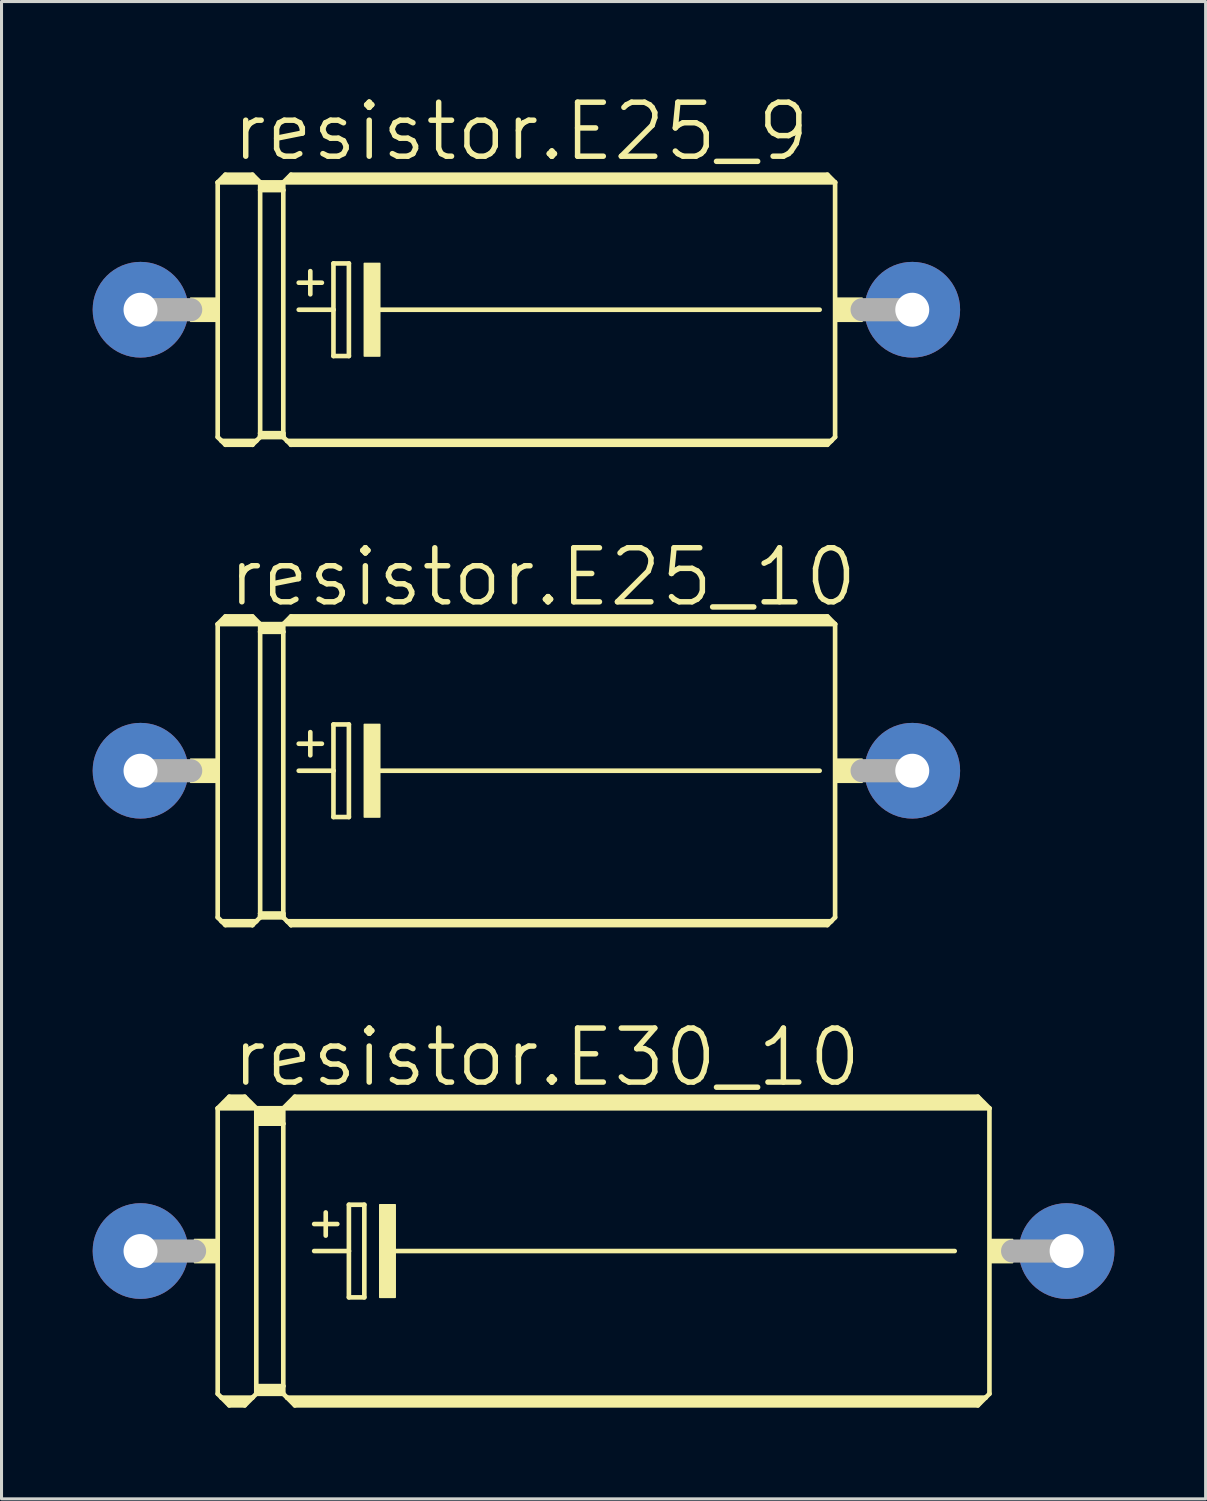
<source format=kicad_pcb>
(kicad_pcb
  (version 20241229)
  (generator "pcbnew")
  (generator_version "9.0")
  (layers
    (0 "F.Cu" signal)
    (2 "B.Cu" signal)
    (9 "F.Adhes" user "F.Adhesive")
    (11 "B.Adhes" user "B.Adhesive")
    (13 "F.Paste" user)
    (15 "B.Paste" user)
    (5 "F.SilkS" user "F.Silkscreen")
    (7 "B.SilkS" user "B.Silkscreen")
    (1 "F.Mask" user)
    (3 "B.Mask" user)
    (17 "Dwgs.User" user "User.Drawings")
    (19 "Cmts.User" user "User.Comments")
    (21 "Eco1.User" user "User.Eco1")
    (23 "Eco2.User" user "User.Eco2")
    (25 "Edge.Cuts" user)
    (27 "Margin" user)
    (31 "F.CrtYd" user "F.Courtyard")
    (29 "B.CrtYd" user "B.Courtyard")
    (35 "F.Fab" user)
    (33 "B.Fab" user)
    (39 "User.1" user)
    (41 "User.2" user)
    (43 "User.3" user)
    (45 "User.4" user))
  (footprint "resistor.E25_9"
    (layer "F.Cu")
    (at 14.275 7.144)
    (property "Reference" "resistor.E25_9" (at -9.779 -4.826 0) (layer "F.SilkS") (effects (font (size 1.778 1.778) (thickness 0.18)) (justify left bottom)))
    (attr through_hole)
    (fp_line (start -10.16 -4.191) (end -10.16 4.191) (stroke (width 0.152) (type default)) (layer "F.SilkS"))
    (fp_line (start -10.16 -4.191) (end -9.906 -4.445) (stroke (width 0.152) (type default)) (layer "F.SilkS"))
    (fp_line (start -10.16 -4.191) (end -8.763 -4.191) (stroke (width 0.152) (type default)) (layer "F.SilkS"))
    (fp_line (start -10.16 4.191) (end -10.033 4.318) (stroke (width 0.152) (type default)) (layer "F.SilkS"))
    (fp_line (start -10.033 4.318) (end -9.906 4.445) (stroke (width 0.152) (type default)) (layer "F.SilkS"))
    (fp_line (start -10.033 4.318) (end -8.89 4.318) (stroke (width 0.152) (type default)) (layer "F.SilkS"))
    (fp_line (start -9.906 -4.445) (end -9.017 -4.445) (stroke (width 0.152) (type default)) (layer "F.SilkS"))
    (fp_line (start -9.906 -4.318) (end -9.017 -4.318) (stroke (width 0.305) (type default)) (layer "F.SilkS"))
    (fp_line (start -9.906 4.394) (end -9.017 4.394) (stroke (width 0.152) (type default)) (layer "F.SilkS"))
    (fp_line (start -9.906 4.445) (end -9.017 4.445) (stroke (width 0.152) (type default)) (layer "F.SilkS"))
    (fp_line (start -9.017 -4.445) (end -8.763 -4.191) (stroke (width 0.152) (type default)) (layer "F.SilkS"))
    (fp_line (start -9.017 4.394) (end -9.017 4.445) (stroke (width 0.152) (type default)) (layer "F.SilkS"))
    (fp_line (start -9.017 4.445) (end -8.89 4.318) (stroke (width 0.152) (type default)) (layer "F.SilkS"))
    (fp_line (start -8.89 4.318) (end -8.763 4.191) (stroke (width 0.152) (type default)) (layer "F.SilkS"))
    (fp_line (start -8.763 -4.191) (end -8.763 -3.937) (stroke (width 0.152) (type default)) (layer "F.SilkS"))
    (fp_line (start -8.763 -3.937) (end -8.001 -3.937) (stroke (width 0.152) (type default)) (layer "F.SilkS"))
    (fp_line (start -8.763 4.064) (end -8.763 -3.937) (stroke (width 0.152) (type default)) (layer "F.SilkS"))
    (fp_line (start -8.763 4.064) (end -8.001 4.064) (stroke (width 0.152) (type default)) (layer "F.SilkS"))
    (fp_line (start -8.763 4.14) (end -8.763 4.064) (stroke (width 0.152) (type default)) (layer "F.SilkS"))
    (fp_line (start -8.763 4.14) (end -8.001 4.14) (stroke (width 0.152) (type default)) (layer "F.SilkS"))
    (fp_line (start -8.763 4.191) (end -8.763 4.14) (stroke (width 0.152) (type default)) (layer "F.SilkS"))
    (fp_line (start -8.636 -4.064) (end -8.128 -4.064) (stroke (width 0.305) (type default)) (layer "F.SilkS"))
    (fp_line (start -8.001 -4.191) (end -8.763 -4.191) (stroke (width 0.152) (type default)) (layer "F.SilkS"))
    (fp_line (start -8.001 -4.191) (end -8.001 -3.937) (stroke (width 0.152) (type default)) (layer "F.SilkS"))
    (fp_line (start -8.001 -4.191) (end 10.16 -4.191) (stroke (width 0.152) (type default)) (layer "F.SilkS"))
    (fp_line (start -8.001 4.064) (end -8.001 -3.937) (stroke (width 0.152) (type default)) (layer "F.SilkS"))
    (fp_line (start -8.001 4.14) (end -8.001 4.064) (stroke (width 0.152) (type default)) (layer "F.SilkS"))
    (fp_line (start -8.001 4.191) (end -8.763 4.191) (stroke (width 0.152) (type default)) (layer "F.SilkS"))
    (fp_line (start -8.001 4.191) (end -8.001 4.14) (stroke (width 0.152) (type default)) (layer "F.SilkS"))
    (fp_line (start -7.874 4.318) (end -8.001 4.191) (stroke (width 0.152) (type default)) (layer "F.SilkS"))
    (fp_line (start -7.874 4.318) (end 10.033 4.318) (stroke (width 0.152) (type default)) (layer "F.SilkS"))
    (fp_line (start -7.747 -4.445) (end -8.001 -4.191) (stroke (width 0.152) (type default)) (layer "F.SilkS"))
    (fp_line (start -7.747 -4.445) (end 9.906 -4.445) (stroke (width 0.152) (type default)) (layer "F.SilkS"))
    (fp_line (start -7.747 -4.318) (end 9.906 -4.318) (stroke (width 0.305) (type default)) (layer "F.SilkS"))
    (fp_line (start -7.747 4.394) (end 9.906 4.394) (stroke (width 0.152) (type default)) (layer "F.SilkS"))
    (fp_line (start -7.747 4.445) (end -7.874 4.318) (stroke (width 0.152) (type default)) (layer "F.SilkS"))
    (fp_line (start -7.747 4.445) (end -7.747 4.394) (stroke (width 0.152) (type default)) (layer "F.SilkS"))
    (fp_line (start -7.747 4.445) (end 9.906 4.445) (stroke (width 0.152) (type default)) (layer "F.SilkS"))
    (fp_line (start -7.493 -0.889) (end -6.731 -0.889) (stroke (width 0.152) (type default)) (layer "F.SilkS"))
    (fp_line (start -7.493 0) (end -6.35 0) (stroke (width 0.152) (type default)) (layer "F.SilkS"))
    (fp_line (start -7.112 -1.27) (end -7.112 -0.508) (stroke (width 0.152) (type default)) (layer "F.SilkS"))
    (fp_line (start -6.35 -1.524) (end -6.35 0) (stroke (width 0.152) (type default)) (layer "F.SilkS"))
    (fp_line (start -6.35 0) (end -6.35 1.524) (stroke (width 0.152) (type default)) (layer "F.SilkS"))
    (fp_line (start -6.35 1.524) (end -5.842 1.524) (stroke (width 0.152) (type default)) (layer "F.SilkS"))
    (fp_line (start -5.842 -1.524) (end -6.35 -1.524) (stroke (width 0.152) (type default)) (layer "F.SilkS"))
    (fp_line (start -5.842 1.524) (end -5.842 -1.524) (stroke (width 0.152) (type default)) (layer "F.SilkS"))
    (fp_line (start -4.953 0) (end 9.652 0) (stroke (width 0.152) (type default)) (layer "F.SilkS"))
    (fp_line (start 9.906 -4.445) (end 10.16 -4.191) (stroke (width 0.152) (type default)) (layer "F.SilkS"))
    (fp_line (start 9.906 4.445) (end 10.033 4.318) (stroke (width 0.152) (type default)) (layer "F.SilkS"))
    (fp_line (start 10.033 4.318) (end 10.16 4.191) (stroke (width 0.152) (type default)) (layer "F.SilkS"))
    (fp_line (start 10.16 4.191) (end 10.16 -4.191) (stroke (width 0.152) (type default)) (layer "F.SilkS"))
    (fp_rect (start -11.049 0.381) (end -10.16 -0.381) (stroke (width 0.05) (type default)) (fill yes) (layer "F.SilkS"))
    (fp_rect (start -5.334 1.524) (end -4.826 -1.524) (stroke (width 0.05) (type default)) (fill yes) (layer "F.SilkS"))
    (fp_rect (start 10.16 0.381) (end 11.049 -0.381) (stroke (width 0.05) (type default)) (fill yes) (layer "F.SilkS"))
    (fp_line (start -12.7 0) (end -11.049 0) (stroke (width 0.762) (type default)) (layer "F.Fab"))
    (fp_line (start 12.7 0) (end 11.049 0) (stroke (width 0.762) (type default)) (layer "F.Fab"))
    (pad "+" thru_hole circle (at -12.7 0) (size 3.15 3.15) (drill 1.118) (layers "*.Cu" "*.Mask"))
    (pad "-" thru_hole circle (at 12.7 0) (size 3.15 3.15) (drill 1.118) (layers "*.Cu" "*.Mask")))
  (footprint "resistor.E30_10"
    (layer "F.Cu")
    (at 16.815 38.125)
    (property "Reference" "resistor.E30_10" (at -12.319 -5.334 0) (layer "F.SilkS") (effects (font (size 1.778 1.778) (thickness 0.18)) (justify left bottom)))
    (attr through_hole)
    (fp_line (start -12.7 -4.699) (end -12.7 4.699) (stroke (width 0.152) (type default)) (layer "F.SilkS"))
    (fp_line (start -12.7 -4.699) (end -12.319 -5.08) (stroke (width 0.152) (type default)) (layer "F.SilkS"))
    (fp_line (start -12.7 -4.699) (end -11.43 -4.699) (stroke (width 0.152) (type default)) (layer "F.SilkS"))
    (fp_line (start -12.7 4.699) (end -12.573 4.826) (stroke (width 0.152) (type default)) (layer "F.SilkS"))
    (fp_line (start -12.573 4.826) (end -12.319 5.08) (stroke (width 0.152) (type default)) (layer "F.SilkS"))
    (fp_line (start -12.573 4.826) (end -11.557 4.826) (stroke (width 0.152) (type default)) (layer "F.SilkS"))
    (fp_line (start -12.446 -4.826) (end -11.684 -4.826) (stroke (width 0.305) (type default)) (layer "F.SilkS"))
    (fp_line (start -12.319 -5.08) (end -11.811 -5.08) (stroke (width 0.152) (type default)) (layer "F.SilkS"))
    (fp_line (start -12.319 -4.953) (end -11.811 -4.953) (stroke (width 0.305) (type default)) (layer "F.SilkS"))
    (fp_line (start -12.319 4.953) (end -11.811 4.953) (stroke (width 0.305) (type default)) (layer "F.SilkS"))
    (fp_line (start -12.319 5.08) (end -11.811 5.08) (stroke (width 0.152) (type default)) (layer "F.SilkS"))
    (fp_line (start -11.557 4.826) (end -11.811 5.08) (stroke (width 0.152) (type default)) (layer "F.SilkS"))
    (fp_line (start -11.43 -4.699) (end -11.811 -5.08) (stroke (width 0.152) (type default)) (layer "F.SilkS"))
    (fp_line (start -11.43 -4.699) (end -11.43 -4.191) (stroke (width 0.152) (type default)) (layer "F.SilkS"))
    (fp_line (start -11.43 -4.699) (end -10.541 -4.699) (stroke (width 0.152) (type default)) (layer "F.SilkS"))
    (fp_line (start -11.43 -4.191) (end -11.43 4.445) (stroke (width 0.152) (type default)) (layer "F.SilkS"))
    (fp_line (start -11.43 -4.191) (end -10.541 -4.191) (stroke (width 0.152) (type default)) (layer "F.SilkS"))
    (fp_line (start -11.43 4.445) (end -11.43 4.699) (stroke (width 0.152) (type default)) (layer "F.SilkS"))
    (fp_line (start -11.43 4.445) (end -10.541 4.445) (stroke (width 0.152) (type default)) (layer "F.SilkS"))
    (fp_line (start -11.43 4.699) (end -11.557 4.826) (stroke (width 0.152) (type default)) (layer "F.SilkS"))
    (fp_line (start -11.43 4.699) (end -10.541 4.699) (stroke (width 0.152) (type default)) (layer "F.SilkS"))
    (fp_line (start -11.303 -4.572) (end -10.668 -4.572) (stroke (width 0.305) (type default)) (layer "F.SilkS"))
    (fp_line (start -11.303 -4.318) (end -10.668 -4.318) (stroke (width 0.305) (type default)) (layer "F.SilkS"))
    (fp_line (start -11.303 4.572) (end -10.668 4.572) (stroke (width 0.305) (type default)) (layer "F.SilkS"))
    (fp_line (start -10.541 -4.699) (end -10.541 -4.191) (stroke (width 0.152) (type default)) (layer "F.SilkS"))
    (fp_line (start -10.541 -4.699) (end -10.16 -5.08) (stroke (width 0.152) (type default)) (layer "F.SilkS"))
    (fp_line (start -10.541 -4.699) (end 12.7 -4.699) (stroke (width 0.152) (type default)) (layer "F.SilkS"))
    (fp_line (start -10.541 -4.191) (end -10.541 4.445) (stroke (width 0.152) (type default)) (layer "F.SilkS"))
    (fp_line (start -10.541 4.445) (end -10.541 4.699) (stroke (width 0.152) (type default)) (layer "F.SilkS"))
    (fp_line (start -10.414 4.826) (end -10.541 4.699) (stroke (width 0.152) (type default)) (layer "F.SilkS"))
    (fp_line (start -10.414 4.826) (end 12.573 4.826) (stroke (width 0.152) (type default)) (layer "F.SilkS"))
    (fp_line (start -10.287 -4.826) (end 12.446 -4.826) (stroke (width 0.305) (type default)) (layer "F.SilkS"))
    (fp_line (start -10.16 -4.953) (end 12.319 -4.953) (stroke (width 0.305) (type default)) (layer "F.SilkS"))
    (fp_line (start -10.16 4.953) (end 12.319 4.953) (stroke (width 0.305) (type default)) (layer "F.SilkS"))
    (fp_line (start -10.16 5.08) (end -10.414 4.826) (stroke (width 0.152) (type default)) (layer "F.SilkS"))
    (fp_line (start -9.525 -0.889) (end -8.763 -0.889) (stroke (width 0.152) (type default)) (layer "F.SilkS"))
    (fp_line (start -9.525 0) (end -8.382 0) (stroke (width 0.152) (type default)) (layer "F.SilkS"))
    (fp_line (start -9.144 -1.27) (end -9.144 -0.508) (stroke (width 0.152) (type default)) (layer "F.SilkS"))
    (fp_line (start -8.382 -1.524) (end -8.382 0) (stroke (width 0.152) (type default)) (layer "F.SilkS"))
    (fp_line (start -8.382 0) (end -8.382 1.524) (stroke (width 0.152) (type default)) (layer "F.SilkS"))
    (fp_line (start -8.382 1.524) (end -7.874 1.524) (stroke (width 0.152) (type default)) (layer "F.SilkS"))
    (fp_line (start -7.874 -1.524) (end -8.382 -1.524) (stroke (width 0.152) (type default)) (layer "F.SilkS"))
    (fp_line (start -7.874 1.524) (end -7.874 -1.524) (stroke (width 0.152) (type default)) (layer "F.SilkS"))
    (fp_line (start -6.985 0) (end 11.557 0) (stroke (width 0.152) (type default)) (layer "F.SilkS"))
    (fp_line (start 12.319 -5.08) (end -10.16 -5.08) (stroke (width 0.152) (type default)) (layer "F.SilkS"))
    (fp_line (start 12.319 5.08) (end -10.16 5.08) (stroke (width 0.152) (type default)) (layer "F.SilkS"))
    (fp_line (start 12.573 4.826) (end 12.319 5.08) (stroke (width 0.152) (type default)) (layer "F.SilkS"))
    (fp_line (start 12.7 -4.699) (end 12.319 -5.08) (stroke (width 0.152) (type default)) (layer "F.SilkS"))
    (fp_line (start 12.7 -4.699) (end 12.7 4.699) (stroke (width 0.152) (type default)) (layer "F.SilkS"))
    (fp_line (start 12.7 4.699) (end 12.573 4.826) (stroke (width 0.152) (type default)) (layer "F.SilkS"))
    (fp_rect (start -13.462 0.381) (end -12.7 -0.381) (stroke (width 0.05) (type default)) (fill yes) (layer "F.SilkS"))
    (fp_rect (start -7.366 1.524) (end -6.858 -1.524) (stroke (width 0.05) (type default)) (fill yes) (layer "F.SilkS"))
    (fp_rect (start 12.7 0.381) (end 13.462 -0.381) (stroke (width 0.05) (type default)) (fill yes) (layer "F.SilkS"))
    (fp_line (start -15.24 0) (end -13.462 0) (stroke (width 0.762) (type default)) (layer "F.Fab"))
    (fp_line (start 15.24 0) (end 13.462 0) (stroke (width 0.762) (type default)) (layer "F.Fab"))
    (pad "+" thru_hole circle (at -15.24 0) (size 3.15 3.15) (drill 1.118) (layers "*.Cu" "*.Mask"))
    (pad "-" thru_hole circle (at 15.24 0) (size 3.15 3.15) (drill 1.118) (layers "*.Cu" "*.Mask")))
  (footprint "resistor.E25_10"
    (layer "F.Cu")
    (at 14.275 22.317)
    (property "Reference" "resistor.E25_10" (at -9.906 -5.334 0) (layer "F.SilkS") (effects (font (size 1.778 1.778) (thickness 0.18)) (justify left bottom)))
    (attr through_hole)
    (fp_line (start -10.16 -4.826) (end -10.16 4.826) (stroke (width 0.152) (type default)) (layer "F.SilkS"))
    (fp_line (start -10.16 -4.826) (end -9.906 -5.08) (stroke (width 0.152) (type default)) (layer "F.SilkS"))
    (fp_line (start -10.16 -4.826) (end -8.763 -4.826) (stroke (width 0.152) (type default)) (layer "F.SilkS"))
    (fp_line (start -10.16 4.826) (end -10.033 4.953) (stroke (width 0.152) (type default)) (layer "F.SilkS"))
    (fp_line (start -10.033 4.953) (end -9.906 5.08) (stroke (width 0.152) (type default)) (layer "F.SilkS"))
    (fp_line (start -10.033 4.953) (end -8.89 4.953) (stroke (width 0.152) (type default)) (layer "F.SilkS"))
    (fp_line (start -9.906 -5.08) (end -9.017 -5.08) (stroke (width 0.152) (type default)) (layer "F.SilkS"))
    (fp_line (start -9.906 -4.953) (end -9.017 -4.953) (stroke (width 0.305) (type default)) (layer "F.SilkS"))
    (fp_line (start -9.906 5.029) (end -9.017 5.029) (stroke (width 0.152) (type default)) (layer "F.SilkS"))
    (fp_line (start -9.906 5.08) (end -9.017 5.08) (stroke (width 0.152) (type default)) (layer "F.SilkS"))
    (fp_line (start -9.017 -5.08) (end -8.763 -4.826) (stroke (width 0.152) (type default)) (layer "F.SilkS"))
    (fp_line (start -9.017 5.029) (end -9.017 5.08) (stroke (width 0.152) (type default)) (layer "F.SilkS"))
    (fp_line (start -9.017 5.08) (end -8.89 4.953) (stroke (width 0.152) (type default)) (layer "F.SilkS"))
    (fp_line (start -8.89 4.953) (end -8.763 4.826) (stroke (width 0.152) (type default)) (layer "F.SilkS"))
    (fp_line (start -8.763 -4.826) (end -8.763 -4.572) (stroke (width 0.152) (type default)) (layer "F.SilkS"))
    (fp_line (start -8.763 -4.572) (end -8.001 -4.572) (stroke (width 0.152) (type default)) (layer "F.SilkS"))
    (fp_line (start -8.763 4.699) (end -8.763 -4.572) (stroke (width 0.152) (type default)) (layer "F.SilkS"))
    (fp_line (start -8.763 4.699) (end -8.001 4.699) (stroke (width 0.152) (type default)) (layer "F.SilkS"))
    (fp_line (start -8.763 4.775) (end -8.763 4.699) (stroke (width 0.152) (type default)) (layer "F.SilkS"))
    (fp_line (start -8.763 4.775) (end -8.001 4.775) (stroke (width 0.152) (type default)) (layer "F.SilkS"))
    (fp_line (start -8.763 4.826) (end -8.763 4.775) (stroke (width 0.152) (type default)) (layer "F.SilkS"))
    (fp_line (start -8.636 -4.699) (end -8.128 -4.699) (stroke (width 0.305) (type default)) (layer "F.SilkS"))
    (fp_line (start -8.001 -4.826) (end -8.763 -4.826) (stroke (width 0.152) (type default)) (layer "F.SilkS"))
    (fp_line (start -8.001 -4.826) (end -8.001 -4.572) (stroke (width 0.152) (type default)) (layer "F.SilkS"))
    (fp_line (start -8.001 -4.826) (end 10.16 -4.826) (stroke (width 0.152) (type default)) (layer "F.SilkS"))
    (fp_line (start -8.001 4.699) (end -8.001 -4.572) (stroke (width 0.152) (type default)) (layer "F.SilkS"))
    (fp_line (start -8.001 4.775) (end -8.001 4.699) (stroke (width 0.152) (type default)) (layer "F.SilkS"))
    (fp_line (start -8.001 4.826) (end -8.763 4.826) (stroke (width 0.152) (type default)) (layer "F.SilkS"))
    (fp_line (start -8.001 4.826) (end -8.001 4.775) (stroke (width 0.152) (type default)) (layer "F.SilkS"))
    (fp_line (start -7.874 4.953) (end -8.001 4.826) (stroke (width 0.152) (type default)) (layer "F.SilkS"))
    (fp_line (start -7.874 4.953) (end 10.033 4.953) (stroke (width 0.152) (type default)) (layer "F.SilkS"))
    (fp_line (start -7.747 -5.08) (end -8.001 -4.826) (stroke (width 0.152) (type default)) (layer "F.SilkS"))
    (fp_line (start -7.747 -5.08) (end 9.906 -5.08) (stroke (width 0.152) (type default)) (layer "F.SilkS"))
    (fp_line (start -7.747 -4.953) (end 9.906 -4.953) (stroke (width 0.305) (type default)) (layer "F.SilkS"))
    (fp_line (start -7.747 5.029) (end 9.906 5.029) (stroke (width 0.152) (type default)) (layer "F.SilkS"))
    (fp_line (start -7.747 5.08) (end -7.874 4.953) (stroke (width 0.152) (type default)) (layer "F.SilkS"))
    (fp_line (start -7.747 5.08) (end -7.747 5.029) (stroke (width 0.152) (type default)) (layer "F.SilkS"))
    (fp_line (start -7.747 5.08) (end 9.906 5.08) (stroke (width 0.152) (type default)) (layer "F.SilkS"))
    (fp_line (start -7.493 -0.889) (end -6.731 -0.889) (stroke (width 0.152) (type default)) (layer "F.SilkS"))
    (fp_line (start -7.493 0) (end -6.35 0) (stroke (width 0.152) (type default)) (layer "F.SilkS"))
    (fp_line (start -7.112 -1.27) (end -7.112 -0.508) (stroke (width 0.152) (type default)) (layer "F.SilkS"))
    (fp_line (start -6.35 -1.524) (end -6.35 0) (stroke (width 0.152) (type default)) (layer "F.SilkS"))
    (fp_line (start -6.35 0) (end -6.35 1.524) (stroke (width 0.152) (type default)) (layer "F.SilkS"))
    (fp_line (start -6.35 1.524) (end -5.842 1.524) (stroke (width 0.152) (type default)) (layer "F.SilkS"))
    (fp_line (start -5.842 -1.524) (end -6.35 -1.524) (stroke (width 0.152) (type default)) (layer "F.SilkS"))
    (fp_line (start -5.842 1.524) (end -5.842 -1.524) (stroke (width 0.152) (type default)) (layer "F.SilkS"))
    (fp_line (start -4.953 0) (end 9.652 0) (stroke (width 0.152) (type default)) (layer "F.SilkS"))
    (fp_line (start 9.906 -5.08) (end 10.16 -4.826) (stroke (width 0.152) (type default)) (layer "F.SilkS"))
    (fp_line (start 9.906 5.08) (end 10.033 4.953) (stroke (width 0.152) (type default)) (layer "F.SilkS"))
    (fp_line (start 10.033 4.953) (end 10.16 4.826) (stroke (width 0.152) (type default)) (layer "F.SilkS"))
    (fp_line (start 10.16 4.826) (end 10.16 -4.826) (stroke (width 0.152) (type default)) (layer "F.SilkS"))
    (fp_rect (start -11.049 0.381) (end -10.16 -0.381) (stroke (width 0.05) (type default)) (fill yes) (layer "F.SilkS"))
    (fp_rect (start -5.334 1.524) (end -4.826 -1.524) (stroke (width 0.05) (type default)) (fill yes) (layer "F.SilkS"))
    (fp_rect (start 10.16 0.381) (end 11.049 -0.381) (stroke (width 0.05) (type default)) (fill yes) (layer "F.SilkS"))
    (fp_line (start -12.7 0) (end -11.049 0) (stroke (width 0.762) (type default)) (layer "F.Fab"))
    (fp_line (start 12.7 0) (end 11.049 0) (stroke (width 0.762) (type default)) (layer "F.Fab"))
    (pad "+" thru_hole circle (at -12.7 0) (size 3.15 3.15) (drill 1.118) (layers "*.Cu" "*.Mask"))
    (pad "-" thru_hole circle (at 12.7 0) (size 3.15 3.15) (drill 1.118) (layers "*.Cu" "*.Mask")))
  (gr_rect
    (start -3 -3)
    (end 36.63 46.282)
    (stroke (width 0.1) (type default))
    (fill no)
    (layer "Edge.Cuts")))
</source>
